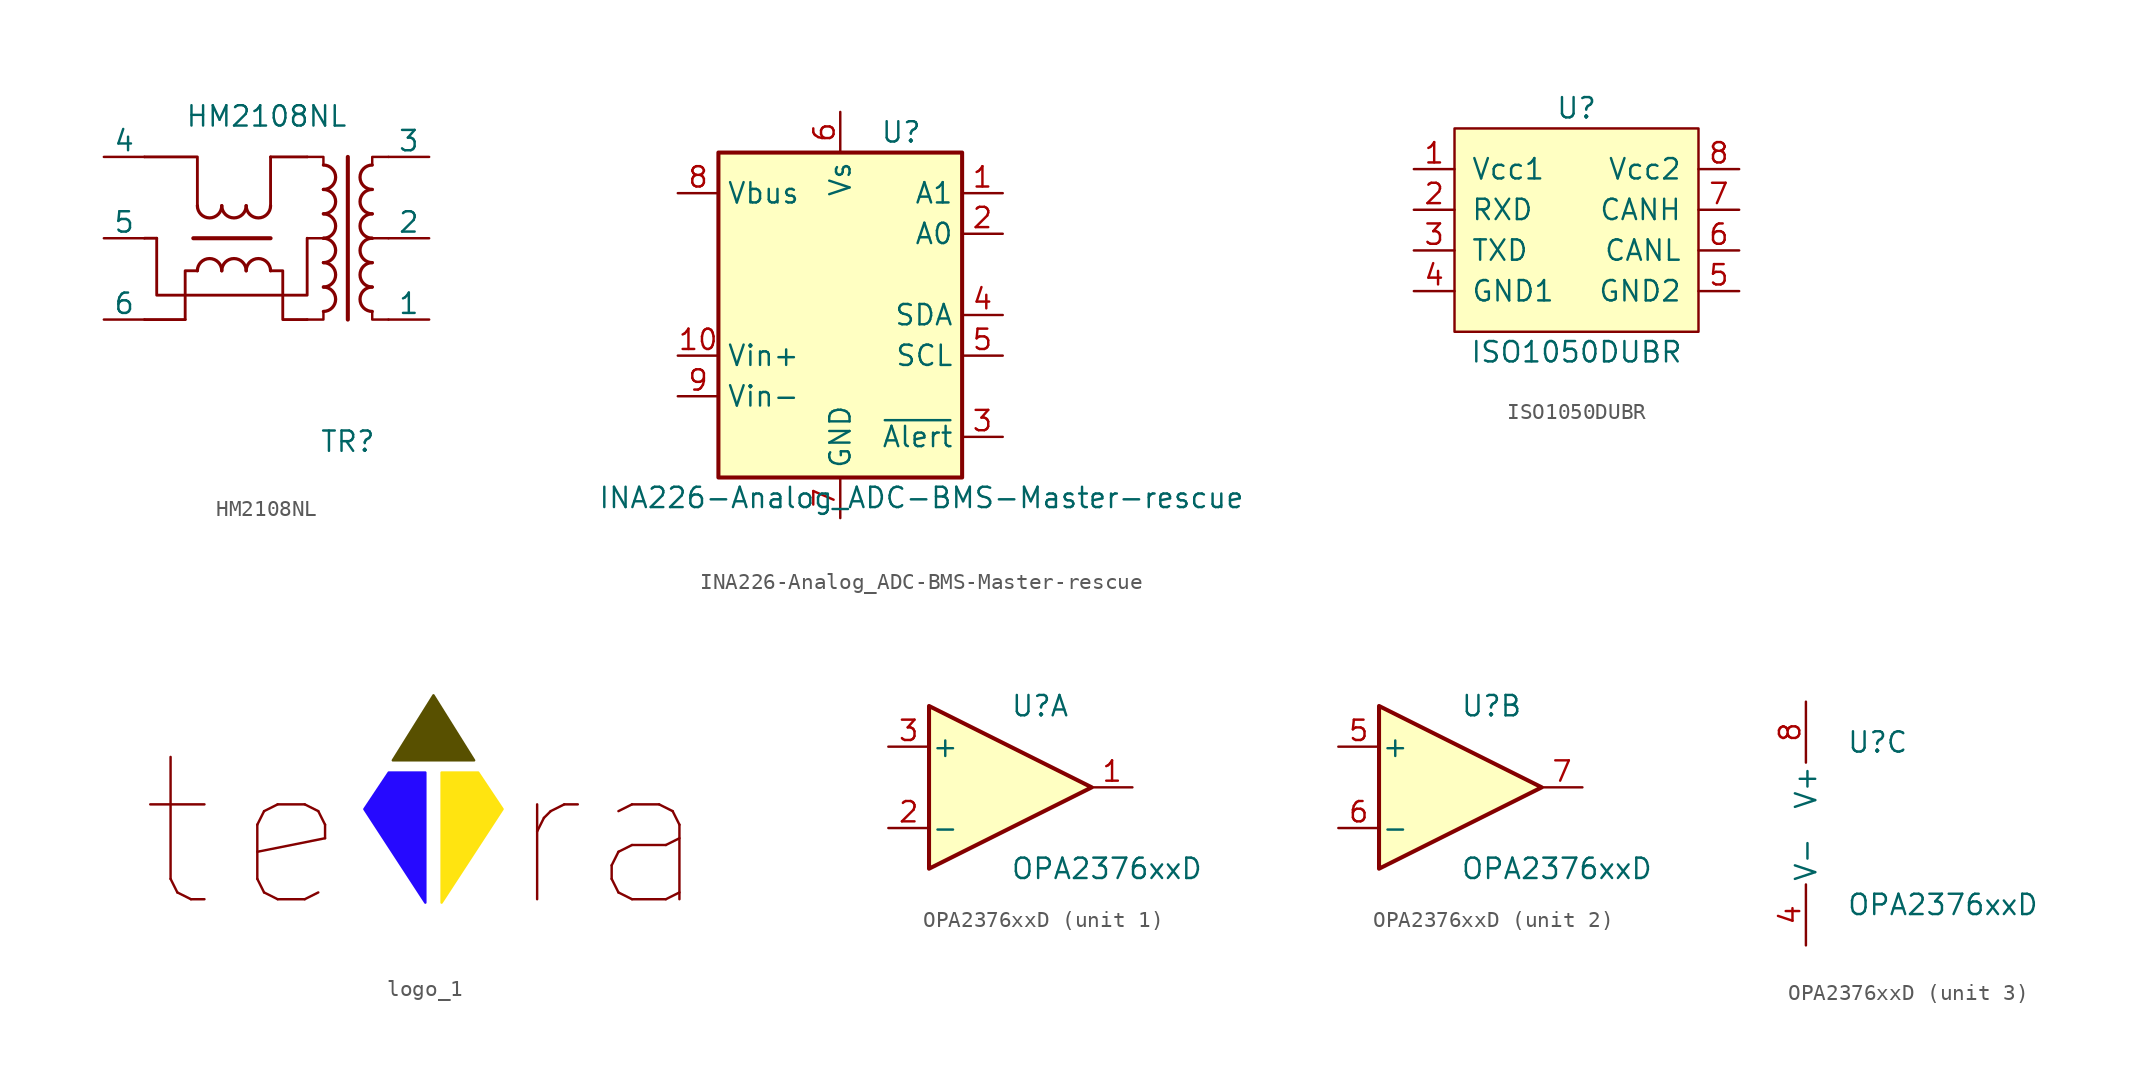
<source format=kicad_sym>
(kicad_symbol_lib
  (version 20220914)
  (generator kicad_symbol_editor)
  (symbol "HM2108NL"
    (pin_numbers hide)
    (pin_names
      (offset 0))
    (property "Reference" "TR"
      (at 0 -13.97 0)
      (effects (font (size 1.27 1.27))))
    (property "Value" "HM2108NL"
      (at -5.08 6.35 0)
      (effects (font (size 1.27 1.27))))
    (symbol "HM2108NL_1_1"
      (arc (start -9.398 0.762) (mid -8.636 0.0033) (end -7.874 0.762) (stroke (width 0.2032) (type solid)) (fill (type none)))
      (arc (start -7.874 -3.302) (mid -8.636 -2.5433) (end -9.398 -3.302) (stroke (width 0.2032) (type solid)) (fill (type none)))
      (arc (start -7.874 0.762) (mid -7.112 0.0033) (end -6.35 0.762) (stroke (width 0.2032) (type solid)) (fill (type none)))
      (arc (start -6.35 -3.302) (mid -7.112 -2.5433) (end -7.874 -3.302) (stroke (width 0.2032) (type solid)) (fill (type none)))
      (arc (start -6.35 0.762) (mid -5.588 0.0033) (end -4.826 0.762) (stroke (width 0.2032) (type solid)) (fill (type none)))
      (arc (start -4.826 -3.302) (mid -5.588 -2.5433) (end -6.35 -3.302) (stroke (width 0.2032) (type solid)) (fill (type none)))
      (arc (start -1.524 -5.842) (mid -0.7653 -5.08) (end -1.524 -4.318) (stroke (width 0.2032) (type solid)) (fill (type none)))
      (arc (start -1.524 -4.318) (mid -0.7653 -3.556) (end -1.524 -2.794) (stroke (width 0.2032) (type solid)) (fill (type none)))
      (arc (start -1.524 -2.794) (mid -0.7653 -2.032) (end -1.524 -1.27) (stroke (width 0.2032) (type solid)) (fill (type none)))
      (arc (start -1.524 -1.27) (mid -0.7653 -0.508) (end -1.524 0.254) (stroke (width 0.2032) (type solid)) (fill (type none)))
      (arc (start -1.524 0.254) (mid -0.7653 1.016) (end -1.524 1.778) (stroke (width 0.2032) (type solid)) (fill (type none)))
      (arc (start -1.524 1.778) (mid -0.7653 2.54) (end -1.524 3.302) (stroke (width 0.2032) (type solid)) (fill (type none)))
      (polyline (pts (xy -12.7 -1.27) (xy -11.938 -1.27)) (stroke (width 0.178) (type solid)) (fill (type none)))
      (polyline (pts (xy -10.16 -6.35) (xy -12.7 -6.35)) (stroke (width 0.178) (type solid)) (fill (type none)))
      (polyline (pts (xy -9.652 -1.27) (xy -4.826 -1.27)) (stroke (width 0.254) (type solid)) (fill (type none)))
      (polyline (pts (xy -4.826 0.762) (xy -4.826 3.81)) (stroke (width 0.178) (type solid)) (fill (type none)))
      (polyline (pts (xy -4.826 3.81) (xy -2.54 3.81)) (stroke (width 0.178) (type solid)) (fill (type none)))
      (polyline (pts (xy 0 -6.35) (xy 0 3.81)) (stroke (width 0.254) (type solid)) (fill (type none)))
      (polyline (pts (xy -12.7 3.81) (xy -9.398 3.81) (xy -9.398 0.762)) (stroke (width 0.178) (type solid)) (fill (type none)))
      (polyline (pts (xy -10.16 -6.35) (xy -10.16 -3.302) (xy -9.398 -3.302)) (stroke (width 0.178) (type solid)) (fill (type none)))
      (polyline (pts (xy -1.524 -1.27) (xy -2.54 -1.27) (xy -2.54 -1.27)) (stroke (width 0) (type solid)) (fill (type outline)))
      (polyline (pts (xy 1.524 -1.27) (xy 2.54 -1.27) (xy 2.54 -1.27)) (stroke (width 0) (type solid)) (fill (type outline)))
      (polyline (pts (xy -4.826 -3.302) (xy -4.064 -3.302) (xy -4.064 -6.35) (xy -2.54 -6.35)) (stroke (width 0.178) (type solid)) (fill (type none)))
      (polyline (pts (xy -2.54 -1.27) (xy -2.54 -4.826) (xy -11.938 -4.826) (xy -11.938 -1.27)) (stroke (width 0.178) (type solid)) (fill (type none)))
      (polyline (pts (xy -1.524 -5.842) (xy -1.524 -6.35) (xy -2.54 -6.35) (xy -2.54 -6.35)) (stroke (width 0) (type solid)) (fill (type none)))
      (polyline (pts (xy -1.524 3.302) (xy -1.524 3.81) (xy -2.54 3.81) (xy -2.54 3.81)) (stroke (width 0) (type solid)) (fill (type none)))
      (polyline (pts (xy 1.524 -5.842) (xy 1.524 -6.35) (xy 2.54 -6.35) (xy 2.54 -6.35)) (stroke (width 0) (type solid)) (fill (type none)))
      (polyline (pts (xy 1.524 3.302) (xy 1.524 3.81) (xy 2.54 3.81) (xy 2.54 3.81)) (stroke (width 0) (type solid)) (fill (type none)))
      (arc (start 1.524 -4.318) (mid 0.7653 -5.08) (end 1.524 -5.842) (stroke (width 0.2032) (type solid)) (fill (type none)))
      (arc (start 1.524 -2.794) (mid 0.7653 -3.556) (end 1.524 -4.318) (stroke (width 0.2032) (type solid)) (fill (type none)))
      (arc (start 1.524 -1.27) (mid 0.7653 -2.032) (end 1.524 -2.794) (stroke (width 0.2032) (type solid)) (fill (type none)))
      (arc (start 1.524 0.254) (mid 0.7653 -0.508) (end 1.524 -1.27) (stroke (width 0.2032) (type solid)) (fill (type none)))
      (arc (start 1.524 1.778) (mid 0.7653 1.016) (end 1.524 0.254) (stroke (width 0.2032) (type solid)) (fill (type none)))
      (arc (start 1.524 3.302) (mid 0.7653 2.54) (end 1.524 1.778) (stroke (width 0.2032) (type solid)) (fill (type none)))
      (pin passive line (at 5.08 -6.35 180) (length 2.54) (name "1" (effects (font (size 1.27 1.27)))) (number "1" (effects (font (size 1.27 1.27)))))
      (pin passive line (at 5.08 -1.27 180) (length 2.54) (name "2" (effects (font (size 1.27 1.27)))) (number "2" (effects (font (size 1.27 1.27)))))
      (pin passive line (at 5.08 3.81 180) (length 2.54) (name "3" (effects (font (size 1.27 1.27)))) (number "3" (effects (font (size 1.27 1.27)))))
      (pin passive line (at -15.24 3.81 0) (length 2.54) (name "4" (effects (font (size 1.27 1.27)))) (number "4" (effects (font (size 1.27 1.27)))))
      (pin passive line (at -15.24 -1.27 0) (length 2.54) (name "5" (effects (font (size 1.27 1.27)))) (number "5" (effects (font (size 1.27 1.27)))))
      (pin passive line (at -15.24 -6.35 0) (length 2.54) (name "6" (effects (font (size 1.27 1.27)))) (number "6" (effects (font (size 1.27 1.27)))))))
  (symbol "INA226-Analog_ADC-BMS-Master-rescue"
    (property "Reference" "U"
      (at 3.81 11.43 0)
      (effects (font (size 1.27 1.27))))
    (property "Value" "INA226-Analog_ADC-BMS-Master-rescue"
      (at 5.08 -11.43 0)
      (effects (font (size 1.27 1.27))))
    (symbol "INA226-Analog_ADC-BMS-Master-rescue_0_1"
      (rectangle (start 7.62 10.16) (end -7.62 -10.16) (stroke (width 0.254) (type solid)) (fill (type background))))
    (symbol "INA226-Analog_ADC-BMS-Master-rescue_1_1"
      (pin passive line (at 10.16 7.62 180) (length 2.54) (name "A1" (effects (font (size 1.27 1.27)))) (number "1" (effects (font (size 1.27 1.27)))))
      (pin input line (at -10.16 -2.54 0) (length 2.54) (name "Vin+" (effects (font (size 1.27 1.27)))) (number "10" (effects (font (size 1.27 1.27)))))
      (pin passive line (at 10.16 5.08 180) (length 2.54) (name "A0" (effects (font (size 1.27 1.27)))) (number "2" (effects (font (size 1.27 1.27)))))
      (pin open_collector line (at 10.16 -7.62 180) (length 2.54) (name "~{Alert}" (effects (font (size 1.27 1.27)))) (number "3" (effects (font (size 1.27 1.27)))))
      (pin bidirectional line (at 10.16 0 180) (length 2.54) (name "SDA" (effects (font (size 1.27 1.27)))) (number "4" (effects (font (size 1.27 1.27)))))
      (pin input line (at 10.16 -2.54 180) (length 2.54) (name "SCL" (effects (font (size 1.27 1.27)))) (number "5" (effects (font (size 1.27 1.27)))))
      (pin power_in line (at 0 12.7 270) (length 2.54) (name "Vs" (effects (font (size 1.27 1.27)))) (number "6" (effects (font (size 1.27 1.27)))))
      (pin power_in line (at 0 -12.7 90) (length 2.54) (name "GND" (effects (font (size 1.27 1.27)))) (number "7" (effects (font (size 1.27 1.27)))))
      (pin input line (at -10.16 7.62 0) (length 2.54) (name "Vbus" (effects (font (size 1.27 1.27)))) (number "8" (effects (font (size 1.27 1.27)))))
      (pin input line (at -10.16 -5.08 0) (length 2.54) (name "Vin-" (effects (font (size 1.27 1.27)))) (number "9" (effects (font (size 1.27 1.27)))))))
  (symbol "ISO1050DUBR"
    (pin_names
      (offset 1.016))
    (property "Reference" "U"
      (at 0 7.62 0)
      (effects (font (size 1.27 1.27))))
    (property "Value" "ISO1050DUBR"
      (at 0 -7.62 0)
      (effects (font (size 1.27 1.27))))
    (symbol "ISO1050DUBR_0_1"
      (rectangle (start -7.62 -6.35) (end 7.62 6.35) (stroke (width 0) (type solid)) (fill (type background))))
    (symbol "ISO1050DUBR_1_1"
      (pin power_in line (at -10.16 3.81 0) (length 2.54) (name "Vcc1" (effects (font (size 1.27 1.27)))) (number "1" (effects (font (size 1.27 1.27)))))
      (pin input line (at -10.16 1.27 0) (length 2.54) (name "RXD" (effects (font (size 1.27 1.27)))) (number "2" (effects (font (size 1.27 1.27)))))
      (pin output line (at -10.16 -1.27 0) (length 2.54) (name "TXD" (effects (font (size 1.27 1.27)))) (number "3" (effects (font (size 1.27 1.27)))))
      (pin passive line (at -10.16 -3.81 0) (length 2.54) (name "GND1" (effects (font (size 1.27 1.27)))) (number "4" (effects (font (size 1.27 1.27)))))
      (pin passive line (at 10.16 -3.81 180) (length 2.54) (name "GND2" (effects (font (size 1.27 1.27)))) (number "5" (effects (font (size 1.27 1.27)))))
      (pin bidirectional line (at 10.16 -1.27 180) (length 2.54) (name "CANL" (effects (font (size 1.27 1.27)))) (number "6" (effects (font (size 1.27 1.27)))))
      (pin bidirectional line (at 10.16 1.27 180) (length 2.54) (name "CANH" (effects (font (size 1.27 1.27)))) (number "7" (effects (font (size 1.27 1.27)))))
      (pin power_in line (at 10.16 3.81 180) (length 2.54) (name "Vcc2" (effects (font (size 1.27 1.27)))) (number "8" (effects (font (size 1.27 1.27)))))))
  (symbol "logo_1"
    (pin_numbers hide)
    (pin_names
      (offset 0) hide)
    (property "Reference" "LOGO"
      (at 7.747 8.763 0)
      (effects (font (size 1.27 1.27)) hide))
    (symbol "logo_1_1_1"
      (polyline (pts (xy 0 7.112) (xy -2.54 3.048) (xy 2.54 3.048) (xy 0 7.112)) (stroke (width 0) (type default) (color 88 80 0 1)) (fill (type color) (color 88 80 0 1)))
      (polyline (pts (xy -0.508 2.286) (xy -2.794 2.286) (xy -4.318 0) (xy -0.508 -5.842) (xy -0.508 2.286)) (stroke (width 0) (type default) (color 38 9 255 1)) (fill (type color) (color 38 9 255 1)))
      (polyline (pts (xy 0.508 2.286) (xy 2.794 2.286) (xy 4.318 0) (xy 0.508 -5.842) (xy 0.508 2.286)) (stroke (width 0) (type default) (color 255 228 16 1)) (fill (type color) (color 255 228 16 1)))
      (text "a" (at 13.462 -1.524 0) (effects (font (face "KiCad Font") (size 8.89 8.89))))
      (text "e" (at -8.89 -1.524 0) (effects (font (face "KiCad Font") (size 8.89 8.89))))
      (text "r" (at 7.112 -1.524 0) (effects (font (size 8.89 8.89))))
      (text "t" (at -16.002 -1.524 0) (effects (font (size 8.89 8.89))))))
  (symbol "OPA2376xxD"
    (pin_names
      (offset 0.127))
    (property "Reference" "U"
      (at 0 5.08 0)
      (effects (font (size 1.27 1.27)) (justify left)))
    (property "Value" "OPA2376xxD"
      (at 0 -5.08 0)
      (effects (font (size 1.27 1.27)) (justify left)))
    (property "ki_locked" ""
      (at 0 0 0)
      (effects (font (size 1.27 1.27))))
    (symbol "OPA2376xxD_1_1"
      (polyline (pts (xy -5.08 5.08) (xy 5.08 0) (xy -5.08 -5.08) (xy -5.08 5.08)) (stroke (width 0.254) (type default)) (fill (type background)))
      (pin output line (at 7.62 0 180) (length 2.54) (name "~" (effects (font (size 1.27 1.27)))) (number "1" (effects (font (size 1.27 1.27)))))
      (pin input line (at -7.62 -2.54 0) (length 2.54) (name "-" (effects (font (size 1.27 1.27)))) (number "2" (effects (font (size 1.27 1.27)))))
      (pin input line (at -7.62 2.54 0) (length 2.54) (name "+" (effects (font (size 1.27 1.27)))) (number "3" (effects (font (size 1.27 1.27))))))
    (symbol "OPA2376xxD_2_1"
      (polyline (pts (xy -5.08 5.08) (xy 5.08 0) (xy -5.08 -5.08) (xy -5.08 5.08)) (stroke (width 0.254) (type default)) (fill (type background)))
      (pin input line (at -7.62 2.54 0) (length 2.54) (name "+" (effects (font (size 1.27 1.27)))) (number "5" (effects (font (size 1.27 1.27)))))
      (pin input line (at -7.62 -2.54 0) (length 2.54) (name "-" (effects (font (size 1.27 1.27)))) (number "6" (effects (font (size 1.27 1.27)))))
      (pin output line (at 7.62 0 180) (length 2.54) (name "~" (effects (font (size 1.27 1.27)))) (number "7" (effects (font (size 1.27 1.27))))))
    (symbol "OPA2376xxD_3_1"
      (pin power_in line (at -2.54 -7.62 90) (length 3.81) (name "V-" (effects (font (size 1.27 1.27)))) (number "4" (effects (font (size 1.27 1.27)))))
      (pin power_in line (at -2.54 7.62 270) (length 3.81) (name "V+" (effects (font (size 1.27 1.27)))) (number "8" (effects (font (size 1.27 1.27))))))))
</source>
